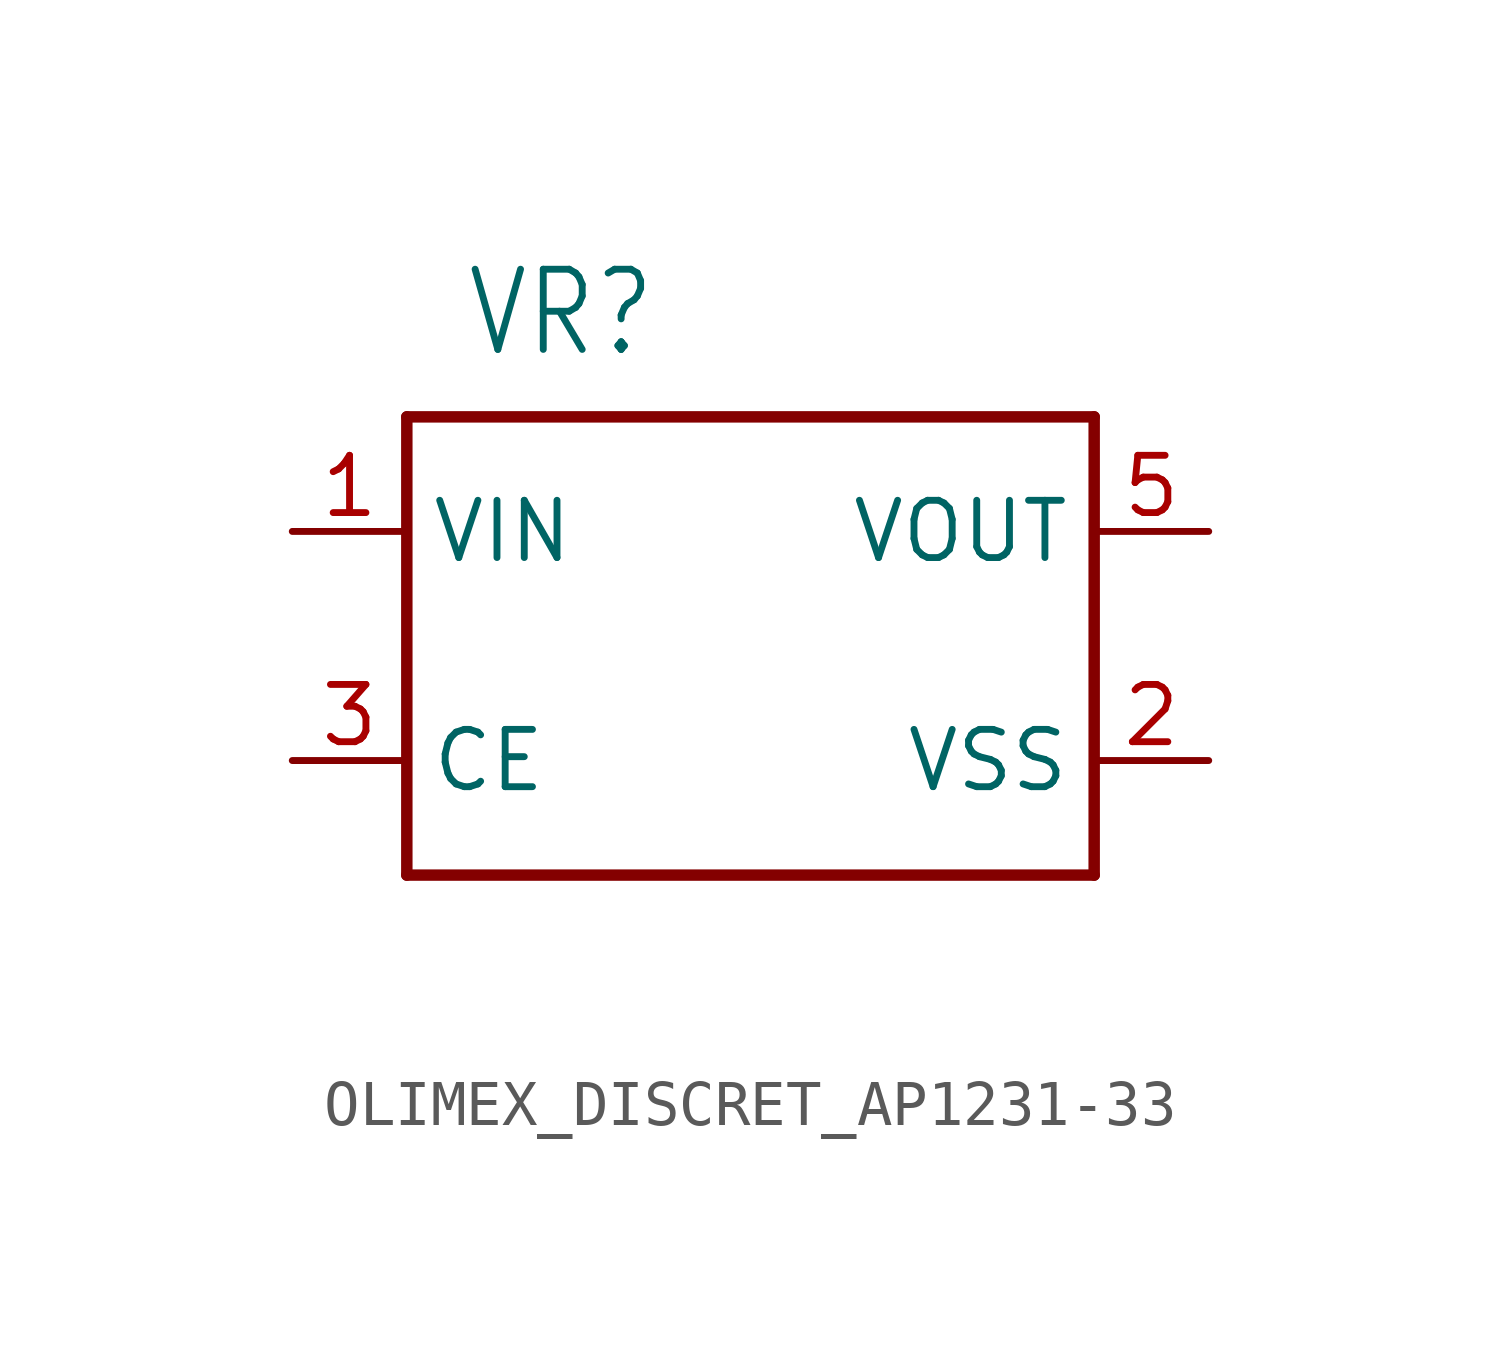
<source format=kicad_sym>
(kicad_symbol_lib
  (version 20231120)
  (generator "kicad_symbol_editor")
  (generator_version "8.0")
  (symbol "OLIMEX_DISCRET_AP1231-33"
    (property "Reference" "VR"
      (at -6.35 6.35 0)
      (effects (font (size 1.778 1.511)) (justify left bottom)))
    (property "Value" ""
      (at -6.35 -7.62 0)
      (effects (font (size 1.778 1.511)) (justify left bottom)))
    (property "ki_locked" ""
      (at 0 0 0)
      (effects (font (size 1.27 1.27))))
    (symbol "OLIMEX_DISCRET_AP1231-33_1_0"
      (polyline (pts (xy -7.62 -5.08) (xy 7.62 -5.08)) (stroke (width 0.254) (type solid)) (fill (type none)))
      (polyline (pts (xy -7.62 5.08) (xy -7.62 -5.08)) (stroke (width 0.254) (type solid)) (fill (type none)))
      (polyline (pts (xy 7.62 -5.08) (xy 7.62 5.08)) (stroke (width 0.254) (type solid)) (fill (type none)))
      (polyline (pts (xy 7.62 5.08) (xy -7.62 5.08)) (stroke (width 0.254) (type solid)) (fill (type none)))
      (pin power_in line (at -10.16 2.54 0) (length 2.54) (name "VIN" (effects (font (size 1.27 1.27)))) (number "1" (effects (font (size 1.27 1.27)))))
      (pin power_in line (at 10.16 -2.54 180) (length 2.54) (name "VSS" (effects (font (size 1.27 1.27)))) (number "2" (effects (font (size 1.27 1.27)))))
      (pin input line (at -10.16 -2.54 0) (length 2.54) (name "CE" (effects (font (size 1.27 1.27)))) (number "3" (effects (font (size 1.27 1.27)))))
      (pin power_in line (at 10.16 2.54 180) (length 2.54) (name "VOUT" (effects (font (size 1.27 1.27)))) (number "5" (effects (font (size 1.27 1.27))))))))
</source>
